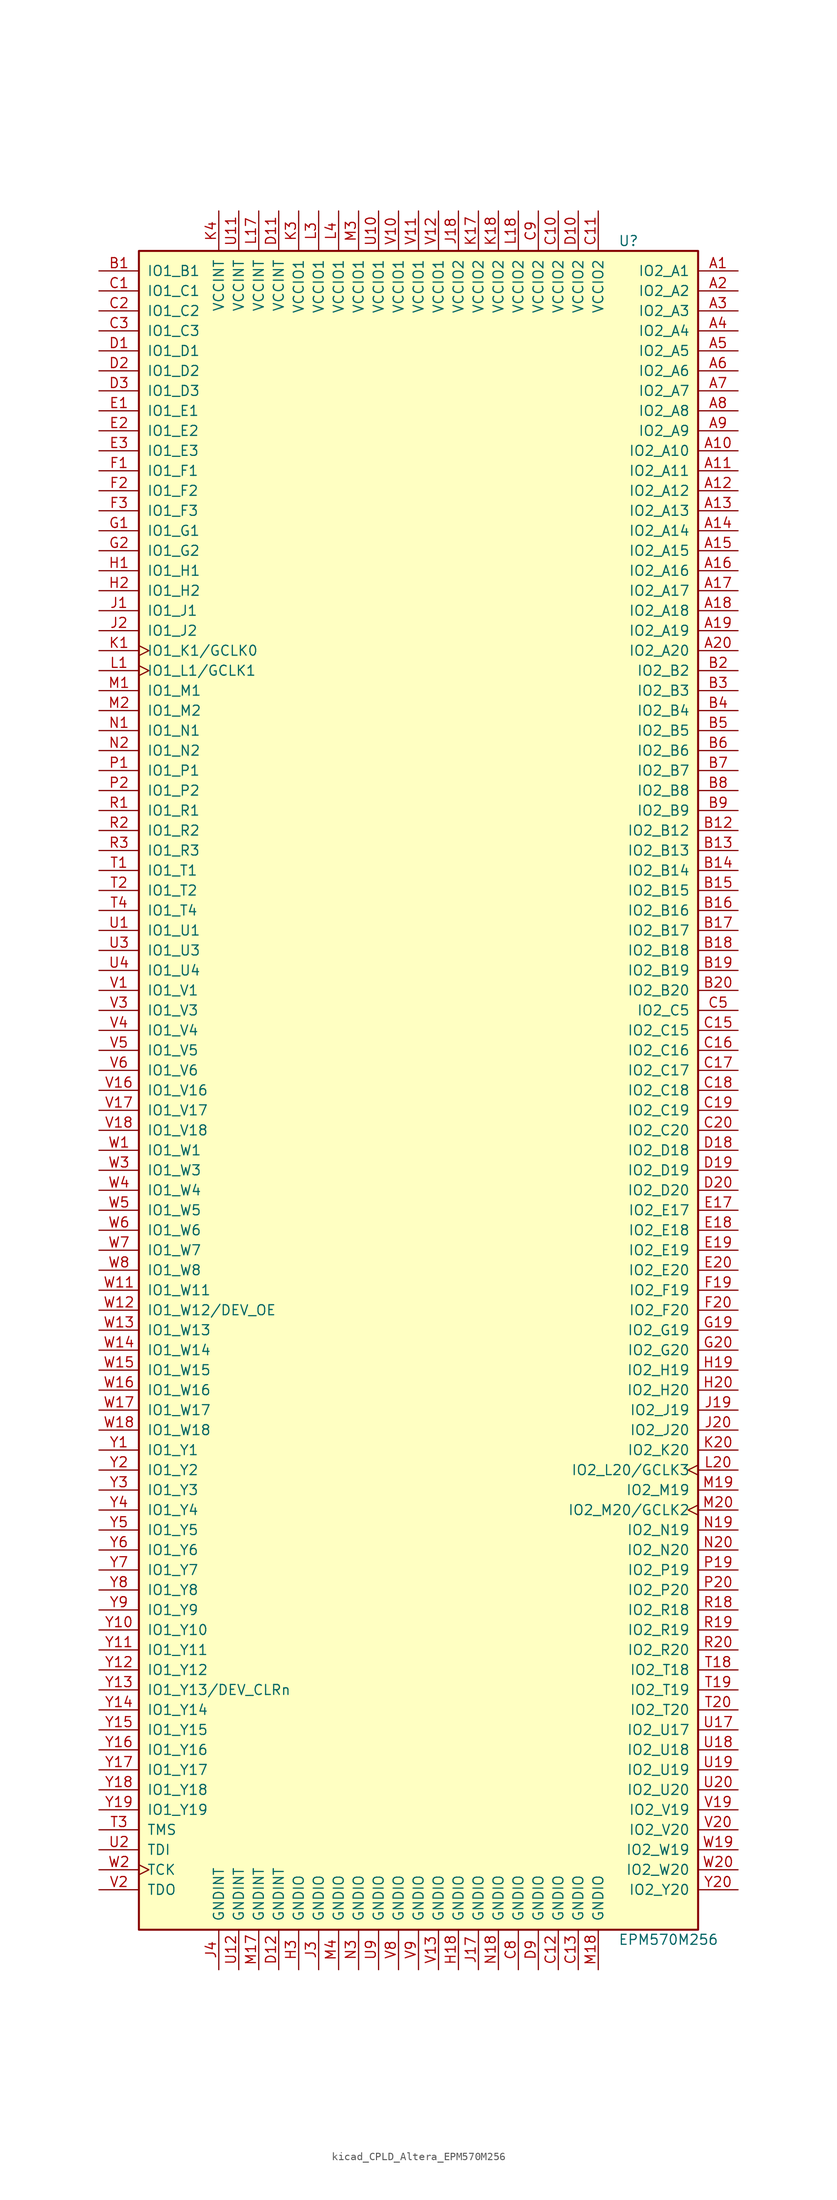
<source format=kicad_sym>
(kicad_symbol_lib
  (version 20220914)
  (generator kicad_symbol_editor)
  (symbol "kicad_CPLD_Altera_EPM570M256"
    (pin_names
      (offset 1.016))
    (property "Reference" "U"
      (at 25.4 107.95 0)
      (effects (font (size 1.27 1.27)) (justify left)))
    (property "Value" "EPM570M256"
      (at 25.4 -107.95 0)
      (effects (font (size 1.27 1.27)) (justify left)))
    (property "ki_locked" ""
      (at 0 0 0)
      (effects (font (size 1.27 1.27))))
    (symbol "kicad_CPLD_Altera_EPM570M256_1_1"
      (rectangle (start -35.56 106.68) (end 35.56 -106.68) (stroke (width 0.254) (type default)) (fill (type background)))
      (pin bidirectional line (at 40.64 104.14 180) (length 5.08) (name "IO2_A1" (effects (font (size 1.27 1.27)))) (number "A1" (effects (font (size 1.27 1.27)))))
      (pin bidirectional line (at 40.64 81.28 180) (length 5.08) (name "IO2_A10" (effects (font (size 1.27 1.27)))) (number "A10" (effects (font (size 1.27 1.27)))))
      (pin bidirectional line (at 40.64 78.74 180) (length 5.08) (name "IO2_A11" (effects (font (size 1.27 1.27)))) (number "A11" (effects (font (size 1.27 1.27)))))
      (pin bidirectional line (at 40.64 76.2 180) (length 5.08) (name "IO2_A12" (effects (font (size 1.27 1.27)))) (number "A12" (effects (font (size 1.27 1.27)))))
      (pin bidirectional line (at 40.64 73.66 180) (length 5.08) (name "IO2_A13" (effects (font (size 1.27 1.27)))) (number "A13" (effects (font (size 1.27 1.27)))))
      (pin bidirectional line (at 40.64 71.12 180) (length 5.08) (name "IO2_A14" (effects (font (size 1.27 1.27)))) (number "A14" (effects (font (size 1.27 1.27)))))
      (pin bidirectional line (at 40.64 68.58 180) (length 5.08) (name "IO2_A15" (effects (font (size 1.27 1.27)))) (number "A15" (effects (font (size 1.27 1.27)))))
      (pin bidirectional line (at 40.64 66.04 180) (length 5.08) (name "IO2_A16" (effects (font (size 1.27 1.27)))) (number "A16" (effects (font (size 1.27 1.27)))))
      (pin bidirectional line (at 40.64 63.5 180) (length 5.08) (name "IO2_A17" (effects (font (size 1.27 1.27)))) (number "A17" (effects (font (size 1.27 1.27)))))
      (pin bidirectional line (at 40.64 60.96 180) (length 5.08) (name "IO2_A18" (effects (font (size 1.27 1.27)))) (number "A18" (effects (font (size 1.27 1.27)))))
      (pin bidirectional line (at 40.64 58.42 180) (length 5.08) (name "IO2_A19" (effects (font (size 1.27 1.27)))) (number "A19" (effects (font (size 1.27 1.27)))))
      (pin bidirectional line (at 40.64 101.6 180) (length 5.08) (name "IO2_A2" (effects (font (size 1.27 1.27)))) (number "A2" (effects (font (size 1.27 1.27)))))
      (pin bidirectional line (at 40.64 55.88 180) (length 5.08) (name "IO2_A20" (effects (font (size 1.27 1.27)))) (number "A20" (effects (font (size 1.27 1.27)))))
      (pin bidirectional line (at 40.64 99.06 180) (length 5.08) (name "IO2_A3" (effects (font (size 1.27 1.27)))) (number "A3" (effects (font (size 1.27 1.27)))))
      (pin bidirectional line (at 40.64 96.52 180) (length 5.08) (name "IO2_A4" (effects (font (size 1.27 1.27)))) (number "A4" (effects (font (size 1.27 1.27)))))
      (pin bidirectional line (at 40.64 93.98 180) (length 5.08) (name "IO2_A5" (effects (font (size 1.27 1.27)))) (number "A5" (effects (font (size 1.27 1.27)))))
      (pin bidirectional line (at 40.64 91.44 180) (length 5.08) (name "IO2_A6" (effects (font (size 1.27 1.27)))) (number "A6" (effects (font (size 1.27 1.27)))))
      (pin bidirectional line (at 40.64 88.9 180) (length 5.08) (name "IO2_A7" (effects (font (size 1.27 1.27)))) (number "A7" (effects (font (size 1.27 1.27)))))
      (pin bidirectional line (at 40.64 86.36 180) (length 5.08) (name "IO2_A8" (effects (font (size 1.27 1.27)))) (number "A8" (effects (font (size 1.27 1.27)))))
      (pin bidirectional line (at 40.64 83.82 180) (length 5.08) (name "IO2_A9" (effects (font (size 1.27 1.27)))) (number "A9" (effects (font (size 1.27 1.27)))))
      (pin bidirectional line (at -40.64 104.14 0) (length 5.08) (name "IO1_B1" (effects (font (size 1.27 1.27)))) (number "B1" (effects (font (size 1.27 1.27)))))
      (pin bidirectional line (at 40.64 33.02 180) (length 5.08) (name "IO2_B12" (effects (font (size 1.27 1.27)))) (number "B12" (effects (font (size 1.27 1.27)))))
      (pin bidirectional line (at 40.64 30.48 180) (length 5.08) (name "IO2_B13" (effects (font (size 1.27 1.27)))) (number "B13" (effects (font (size 1.27 1.27)))))
      (pin bidirectional line (at 40.64 27.94 180) (length 5.08) (name "IO2_B14" (effects (font (size 1.27 1.27)))) (number "B14" (effects (font (size 1.27 1.27)))))
      (pin bidirectional line (at 40.64 25.4 180) (length 5.08) (name "IO2_B15" (effects (font (size 1.27 1.27)))) (number "B15" (effects (font (size 1.27 1.27)))))
      (pin bidirectional line (at 40.64 22.86 180) (length 5.08) (name "IO2_B16" (effects (font (size 1.27 1.27)))) (number "B16" (effects (font (size 1.27 1.27)))))
      (pin bidirectional line (at 40.64 20.32 180) (length 5.08) (name "IO2_B17" (effects (font (size 1.27 1.27)))) (number "B17" (effects (font (size 1.27 1.27)))))
      (pin bidirectional line (at 40.64 17.78 180) (length 5.08) (name "IO2_B18" (effects (font (size 1.27 1.27)))) (number "B18" (effects (font (size 1.27 1.27)))))
      (pin bidirectional line (at 40.64 15.24 180) (length 5.08) (name "IO2_B19" (effects (font (size 1.27 1.27)))) (number "B19" (effects (font (size 1.27 1.27)))))
      (pin bidirectional line (at 40.64 53.34 180) (length 5.08) (name "IO2_B2" (effects (font (size 1.27 1.27)))) (number "B2" (effects (font (size 1.27 1.27)))))
      (pin bidirectional line (at 40.64 12.7 180) (length 5.08) (name "IO2_B20" (effects (font (size 1.27 1.27)))) (number "B20" (effects (font (size 1.27 1.27)))))
      (pin bidirectional line (at 40.64 50.8 180) (length 5.08) (name "IO2_B3" (effects (font (size 1.27 1.27)))) (number "B3" (effects (font (size 1.27 1.27)))))
      (pin bidirectional line (at 40.64 48.26 180) (length 5.08) (name "IO2_B4" (effects (font (size 1.27 1.27)))) (number "B4" (effects (font (size 1.27 1.27)))))
      (pin bidirectional line (at 40.64 45.72 180) (length 5.08) (name "IO2_B5" (effects (font (size 1.27 1.27)))) (number "B5" (effects (font (size 1.27 1.27)))))
      (pin bidirectional line (at 40.64 43.18 180) (length 5.08) (name "IO2_B6" (effects (font (size 1.27 1.27)))) (number "B6" (effects (font (size 1.27 1.27)))))
      (pin bidirectional line (at 40.64 40.64 180) (length 5.08) (name "IO2_B7" (effects (font (size 1.27 1.27)))) (number "B7" (effects (font (size 1.27 1.27)))))
      (pin bidirectional line (at 40.64 38.1 180) (length 5.08) (name "IO2_B8" (effects (font (size 1.27 1.27)))) (number "B8" (effects (font (size 1.27 1.27)))))
      (pin bidirectional line (at 40.64 35.56 180) (length 5.08) (name "IO2_B9" (effects (font (size 1.27 1.27)))) (number "B9" (effects (font (size 1.27 1.27)))))
      (pin bidirectional line (at -40.64 101.6 0) (length 5.08) (name "IO1_C1" (effects (font (size 1.27 1.27)))) (number "C1" (effects (font (size 1.27 1.27)))))
      (pin power_in line (at 17.78 111.76 270) (length 5.08) (name "VCCIO2" (effects (font (size 1.27 1.27)))) (number "C10" (effects (font (size 1.27 1.27)))))
      (pin power_in line (at 22.86 111.76 270) (length 5.08) (name "VCCIO2" (effects (font (size 1.27 1.27)))) (number "C11" (effects (font (size 1.27 1.27)))))
      (pin power_in line (at 17.78 -111.76 90) (length 5.08) (name "GNDIO" (effects (font (size 1.27 1.27)))) (number "C12" (effects (font (size 1.27 1.27)))))
      (pin power_in line (at 20.32 -111.76 90) (length 5.08) (name "GNDIO" (effects (font (size 1.27 1.27)))) (number "C13" (effects (font (size 1.27 1.27)))))
      (pin bidirectional line (at 40.64 7.62 180) (length 5.08) (name "IO2_C15" (effects (font (size 1.27 1.27)))) (number "C15" (effects (font (size 1.27 1.27)))))
      (pin bidirectional line (at 40.64 5.08 180) (length 5.08) (name "IO2_C16" (effects (font (size 1.27 1.27)))) (number "C16" (effects (font (size 1.27 1.27)))))
      (pin bidirectional line (at 40.64 2.54 180) (length 5.08) (name "IO2_C17" (effects (font (size 1.27 1.27)))) (number "C17" (effects (font (size 1.27 1.27)))))
      (pin bidirectional line (at 40.64 0 180) (length 5.08) (name "IO2_C18" (effects (font (size 1.27 1.27)))) (number "C18" (effects (font (size 1.27 1.27)))))
      (pin bidirectional line (at 40.64 -2.54 180) (length 5.08) (name "IO2_C19" (effects (font (size 1.27 1.27)))) (number "C19" (effects (font (size 1.27 1.27)))))
      (pin bidirectional line (at -40.64 99.06 0) (length 5.08) (name "IO1_C2" (effects (font (size 1.27 1.27)))) (number "C2" (effects (font (size 1.27 1.27)))))
      (pin bidirectional line (at 40.64 -5.08 180) (length 5.08) (name "IO2_C20" (effects (font (size 1.27 1.27)))) (number "C20" (effects (font (size 1.27 1.27)))))
      (pin bidirectional line (at -40.64 96.52 0) (length 5.08) (name "IO1_C3" (effects (font (size 1.27 1.27)))) (number "C3" (effects (font (size 1.27 1.27)))))
      (pin bidirectional line (at 40.64 10.16 180) (length 5.08) (name "IO2_C5" (effects (font (size 1.27 1.27)))) (number "C5" (effects (font (size 1.27 1.27)))))
      (pin power_in line (at 12.7 -111.76 90) (length 5.08) (name "GNDIO" (effects (font (size 1.27 1.27)))) (number "C8" (effects (font (size 1.27 1.27)))))
      (pin power_in line (at 15.24 111.76 270) (length 5.08) (name "VCCIO2" (effects (font (size 1.27 1.27)))) (number "C9" (effects (font (size 1.27 1.27)))))
      (pin bidirectional line (at -40.64 93.98 0) (length 5.08) (name "IO1_D1" (effects (font (size 1.27 1.27)))) (number "D1" (effects (font (size 1.27 1.27)))))
      (pin power_in line (at 20.32 111.76 270) (length 5.08) (name "VCCIO2" (effects (font (size 1.27 1.27)))) (number "D10" (effects (font (size 1.27 1.27)))))
      (pin power_in line (at -17.78 111.76 270) (length 5.08) (name "VCCINT" (effects (font (size 1.27 1.27)))) (number "D11" (effects (font (size 1.27 1.27)))))
      (pin power_in line (at -17.78 -111.76 90) (length 5.08) (name "GNDINT" (effects (font (size 1.27 1.27)))) (number "D12" (effects (font (size 1.27 1.27)))))
      (pin bidirectional line (at 40.64 -7.62 180) (length 5.08) (name "IO2_D18" (effects (font (size 1.27 1.27)))) (number "D18" (effects (font (size 1.27 1.27)))))
      (pin bidirectional line (at 40.64 -10.16 180) (length 5.08) (name "IO2_D19" (effects (font (size 1.27 1.27)))) (number "D19" (effects (font (size 1.27 1.27)))))
      (pin bidirectional line (at -40.64 91.44 0) (length 5.08) (name "IO1_D2" (effects (font (size 1.27 1.27)))) (number "D2" (effects (font (size 1.27 1.27)))))
      (pin bidirectional line (at 40.64 -12.7 180) (length 5.08) (name "IO2_D20" (effects (font (size 1.27 1.27)))) (number "D20" (effects (font (size 1.27 1.27)))))
      (pin bidirectional line (at -40.64 88.9 0) (length 5.08) (name "IO1_D3" (effects (font (size 1.27 1.27)))) (number "D3" (effects (font (size 1.27 1.27)))))
      (pin power_in line (at 15.24 -111.76 90) (length 5.08) (name "GNDIO" (effects (font (size 1.27 1.27)))) (number "D9" (effects (font (size 1.27 1.27)))))
      (pin bidirectional line (at -40.64 86.36 0) (length 5.08) (name "IO1_E1" (effects (font (size 1.27 1.27)))) (number "E1" (effects (font (size 1.27 1.27)))))
      (pin bidirectional line (at 40.64 -15.24 180) (length 5.08) (name "IO2_E17" (effects (font (size 1.27 1.27)))) (number "E17" (effects (font (size 1.27 1.27)))))
      (pin bidirectional line (at 40.64 -17.78 180) (length 5.08) (name "IO2_E18" (effects (font (size 1.27 1.27)))) (number "E18" (effects (font (size 1.27 1.27)))))
      (pin bidirectional line (at 40.64 -20.32 180) (length 5.08) (name "IO2_E19" (effects (font (size 1.27 1.27)))) (number "E19" (effects (font (size 1.27 1.27)))))
      (pin bidirectional line (at -40.64 83.82 0) (length 5.08) (name "IO1_E2" (effects (font (size 1.27 1.27)))) (number "E2" (effects (font (size 1.27 1.27)))))
      (pin bidirectional line (at 40.64 -22.86 180) (length 5.08) (name "IO2_E20" (effects (font (size 1.27 1.27)))) (number "E20" (effects (font (size 1.27 1.27)))))
      (pin bidirectional line (at -40.64 81.28 0) (length 5.08) (name "IO1_E3" (effects (font (size 1.27 1.27)))) (number "E3" (effects (font (size 1.27 1.27)))))
      (pin bidirectional line (at -40.64 78.74 0) (length 5.08) (name "IO1_F1" (effects (font (size 1.27 1.27)))) (number "F1" (effects (font (size 1.27 1.27)))))
      (pin bidirectional line (at 40.64 -25.4 180) (length 5.08) (name "IO2_F19" (effects (font (size 1.27 1.27)))) (number "F19" (effects (font (size 1.27 1.27)))))
      (pin bidirectional line (at -40.64 76.2 0) (length 5.08) (name "IO1_F2" (effects (font (size 1.27 1.27)))) (number "F2" (effects (font (size 1.27 1.27)))))
      (pin bidirectional line (at 40.64 -27.94 180) (length 5.08) (name "IO2_F20" (effects (font (size 1.27 1.27)))) (number "F20" (effects (font (size 1.27 1.27)))))
      (pin bidirectional line (at -40.64 73.66 0) (length 5.08) (name "IO1_F3" (effects (font (size 1.27 1.27)))) (number "F3" (effects (font (size 1.27 1.27)))))
      (pin bidirectional line (at -40.64 71.12 0) (length 5.08) (name "IO1_G1" (effects (font (size 1.27 1.27)))) (number "G1" (effects (font (size 1.27 1.27)))))
      (pin bidirectional line (at 40.64 -30.48 180) (length 5.08) (name "IO2_G19" (effects (font (size 1.27 1.27)))) (number "G19" (effects (font (size 1.27 1.27)))))
      (pin bidirectional line (at -40.64 68.58 0) (length 5.08) (name "IO1_G2" (effects (font (size 1.27 1.27)))) (number "G2" (effects (font (size 1.27 1.27)))))
      (pin bidirectional line (at 40.64 -33.02 180) (length 5.08) (name "IO2_G20" (effects (font (size 1.27 1.27)))) (number "G20" (effects (font (size 1.27 1.27)))))
      (pin bidirectional line (at -40.64 66.04 0) (length 5.08) (name "IO1_H1" (effects (font (size 1.27 1.27)))) (number "H1" (effects (font (size 1.27 1.27)))))
      (pin power_in line (at 5.08 -111.76 90) (length 5.08) (name "GNDIO" (effects (font (size 1.27 1.27)))) (number "H18" (effects (font (size 1.27 1.27)))))
      (pin bidirectional line (at 40.64 -35.56 180) (length 5.08) (name "IO2_H19" (effects (font (size 1.27 1.27)))) (number "H19" (effects (font (size 1.27 1.27)))))
      (pin bidirectional line (at -40.64 63.5 0) (length 5.08) (name "IO1_H2" (effects (font (size 1.27 1.27)))) (number "H2" (effects (font (size 1.27 1.27)))))
      (pin bidirectional line (at 40.64 -38.1 180) (length 5.08) (name "IO2_H20" (effects (font (size 1.27 1.27)))) (number "H20" (effects (font (size 1.27 1.27)))))
      (pin power_in line (at -15.24 -111.76 90) (length 5.08) (name "GNDIO" (effects (font (size 1.27 1.27)))) (number "H3" (effects (font (size 1.27 1.27)))))
      (pin bidirectional line (at -40.64 60.96 0) (length 5.08) (name "IO1_J1" (effects (font (size 1.27 1.27)))) (number "J1" (effects (font (size 1.27 1.27)))))
      (pin power_in line (at 7.62 -111.76 90) (length 5.08) (name "GNDIO" (effects (font (size 1.27 1.27)))) (number "J17" (effects (font (size 1.27 1.27)))))
      (pin power_in line (at 5.08 111.76 270) (length 5.08) (name "VCCIO2" (effects (font (size 1.27 1.27)))) (number "J18" (effects (font (size 1.27 1.27)))))
      (pin bidirectional line (at 40.64 -40.64 180) (length 5.08) (name "IO2_J19" (effects (font (size 1.27 1.27)))) (number "J19" (effects (font (size 1.27 1.27)))))
      (pin bidirectional line (at -40.64 58.42 0) (length 5.08) (name "IO1_J2" (effects (font (size 1.27 1.27)))) (number "J2" (effects (font (size 1.27 1.27)))))
      (pin bidirectional line (at 40.64 -43.18 180) (length 5.08) (name "IO2_J20" (effects (font (size 1.27 1.27)))) (number "J20" (effects (font (size 1.27 1.27)))))
      (pin power_in line (at -12.7 -111.76 90) (length 5.08) (name "GNDIO" (effects (font (size 1.27 1.27)))) (number "J3" (effects (font (size 1.27 1.27)))))
      (pin power_in line (at -25.4 -111.76 90) (length 5.08) (name "GNDINT" (effects (font (size 1.27 1.27)))) (number "J4" (effects (font (size 1.27 1.27)))))
      (pin bidirectional clock (at -40.64 55.88 0) (length 5.08) (name "IO1_K1/GCLK0" (effects (font (size 1.27 1.27)))) (number "K1" (effects (font (size 1.27 1.27)))))
      (pin power_in line (at 7.62 111.76 270) (length 5.08) (name "VCCIO2" (effects (font (size 1.27 1.27)))) (number "K17" (effects (font (size 1.27 1.27)))))
      (pin power_in line (at 10.16 111.76 270) (length 5.08) (name "VCCIO2" (effects (font (size 1.27 1.27)))) (number "K18" (effects (font (size 1.27 1.27)))))
      (pin bidirectional line (at 40.64 -45.72 180) (length 5.08) (name "IO2_K20" (effects (font (size 1.27 1.27)))) (number "K20" (effects (font (size 1.27 1.27)))))
      (pin power_in line (at -15.24 111.76 270) (length 5.08) (name "VCCIO1" (effects (font (size 1.27 1.27)))) (number "K3" (effects (font (size 1.27 1.27)))))
      (pin power_in line (at -25.4 111.76 270) (length 5.08) (name "VCCINT" (effects (font (size 1.27 1.27)))) (number "K4" (effects (font (size 1.27 1.27)))))
      (pin bidirectional clock (at -40.64 53.34 0) (length 5.08) (name "IO1_L1/GCLK1" (effects (font (size 1.27 1.27)))) (number "L1" (effects (font (size 1.27 1.27)))))
      (pin power_in line (at -20.32 111.76 270) (length 5.08) (name "VCCINT" (effects (font (size 1.27 1.27)))) (number "L17" (effects (font (size 1.27 1.27)))))
      (pin power_in line (at 12.7 111.76 270) (length 5.08) (name "VCCIO2" (effects (font (size 1.27 1.27)))) (number "L18" (effects (font (size 1.27 1.27)))))
      (pin bidirectional clock (at 40.64 -48.26 180) (length 5.08) (name "IO2_L20/GCLK3" (effects (font (size 1.27 1.27)))) (number "L20" (effects (font (size 1.27 1.27)))))
      (pin power_in line (at -12.7 111.76 270) (length 5.08) (name "VCCIO1" (effects (font (size 1.27 1.27)))) (number "L3" (effects (font (size 1.27 1.27)))))
      (pin power_in line (at -10.16 111.76 270) (length 5.08) (name "VCCIO1" (effects (font (size 1.27 1.27)))) (number "L4" (effects (font (size 1.27 1.27)))))
      (pin bidirectional line (at -40.64 50.8 0) (length 5.08) (name "IO1_M1" (effects (font (size 1.27 1.27)))) (number "M1" (effects (font (size 1.27 1.27)))))
      (pin power_in line (at -20.32 -111.76 90) (length 5.08) (name "GNDINT" (effects (font (size 1.27 1.27)))) (number "M17" (effects (font (size 1.27 1.27)))))
      (pin power_in line (at 22.86 -111.76 90) (length 5.08) (name "GNDIO" (effects (font (size 1.27 1.27)))) (number "M18" (effects (font (size 1.27 1.27)))))
      (pin bidirectional line (at 40.64 -50.8 180) (length 5.08) (name "IO2_M19" (effects (font (size 1.27 1.27)))) (number "M19" (effects (font (size 1.27 1.27)))))
      (pin bidirectional line (at -40.64 48.26 0) (length 5.08) (name "IO1_M2" (effects (font (size 1.27 1.27)))) (number "M2" (effects (font (size 1.27 1.27)))))
      (pin bidirectional clock (at 40.64 -53.34 180) (length 5.08) (name "IO2_M20/GCLK2" (effects (font (size 1.27 1.27)))) (number "M20" (effects (font (size 1.27 1.27)))))
      (pin power_in line (at -7.62 111.76 270) (length 5.08) (name "VCCIO1" (effects (font (size 1.27 1.27)))) (number "M3" (effects (font (size 1.27 1.27)))))
      (pin power_in line (at -10.16 -111.76 90) (length 5.08) (name "GNDIO" (effects (font (size 1.27 1.27)))) (number "M4" (effects (font (size 1.27 1.27)))))
      (pin bidirectional line (at -40.64 45.72 0) (length 5.08) (name "IO1_N1" (effects (font (size 1.27 1.27)))) (number "N1" (effects (font (size 1.27 1.27)))))
      (pin power_in line (at 10.16 -111.76 90) (length 5.08) (name "GNDIO" (effects (font (size 1.27 1.27)))) (number "N18" (effects (font (size 1.27 1.27)))))
      (pin bidirectional line (at 40.64 -55.88 180) (length 5.08) (name "IO2_N19" (effects (font (size 1.27 1.27)))) (number "N19" (effects (font (size 1.27 1.27)))))
      (pin bidirectional line (at -40.64 43.18 0) (length 5.08) (name "IO1_N2" (effects (font (size 1.27 1.27)))) (number "N2" (effects (font (size 1.27 1.27)))))
      (pin bidirectional line (at 40.64 -58.42 180) (length 5.08) (name "IO2_N20" (effects (font (size 1.27 1.27)))) (number "N20" (effects (font (size 1.27 1.27)))))
      (pin power_in line (at -7.62 -111.76 90) (length 5.08) (name "GNDIO" (effects (font (size 1.27 1.27)))) (number "N3" (effects (font (size 1.27 1.27)))))
      (pin bidirectional line (at -40.64 40.64 0) (length 5.08) (name "IO1_P1" (effects (font (size 1.27 1.27)))) (number "P1" (effects (font (size 1.27 1.27)))))
      (pin bidirectional line (at 40.64 -60.96 180) (length 5.08) (name "IO2_P19" (effects (font (size 1.27 1.27)))) (number "P19" (effects (font (size 1.27 1.27)))))
      (pin bidirectional line (at -40.64 38.1 0) (length 5.08) (name "IO1_P2" (effects (font (size 1.27 1.27)))) (number "P2" (effects (font (size 1.27 1.27)))))
      (pin bidirectional line (at 40.64 -63.5 180) (length 5.08) (name "IO2_P20" (effects (font (size 1.27 1.27)))) (number "P20" (effects (font (size 1.27 1.27)))))
      (pin bidirectional line (at -40.64 35.56 0) (length 5.08) (name "IO1_R1" (effects (font (size 1.27 1.27)))) (number "R1" (effects (font (size 1.27 1.27)))))
      (pin bidirectional line (at 40.64 -66.04 180) (length 5.08) (name "IO2_R18" (effects (font (size 1.27 1.27)))) (number "R18" (effects (font (size 1.27 1.27)))))
      (pin bidirectional line (at 40.64 -68.58 180) (length 5.08) (name "IO2_R19" (effects (font (size 1.27 1.27)))) (number "R19" (effects (font (size 1.27 1.27)))))
      (pin bidirectional line (at -40.64 33.02 0) (length 5.08) (name "IO1_R2" (effects (font (size 1.27 1.27)))) (number "R2" (effects (font (size 1.27 1.27)))))
      (pin bidirectional line (at 40.64 -71.12 180) (length 5.08) (name "IO2_R20" (effects (font (size 1.27 1.27)))) (number "R20" (effects (font (size 1.27 1.27)))))
      (pin bidirectional line (at -40.64 30.48 0) (length 5.08) (name "IO1_R3" (effects (font (size 1.27 1.27)))) (number "R3" (effects (font (size 1.27 1.27)))))
      (pin bidirectional line (at -40.64 27.94 0) (length 5.08) (name "IO1_T1" (effects (font (size 1.27 1.27)))) (number "T1" (effects (font (size 1.27 1.27)))))
      (pin bidirectional line (at 40.64 -73.66 180) (length 5.08) (name "IO2_T18" (effects (font (size 1.27 1.27)))) (number "T18" (effects (font (size 1.27 1.27)))))
      (pin bidirectional line (at 40.64 -76.2 180) (length 5.08) (name "IO2_T19" (effects (font (size 1.27 1.27)))) (number "T19" (effects (font (size 1.27 1.27)))))
      (pin bidirectional line (at -40.64 25.4 0) (length 5.08) (name "IO1_T2" (effects (font (size 1.27 1.27)))) (number "T2" (effects (font (size 1.27 1.27)))))
      (pin bidirectional line (at 40.64 -78.74 180) (length 5.08) (name "IO2_T20" (effects (font (size 1.27 1.27)))) (number "T20" (effects (font (size 1.27 1.27)))))
      (pin input line (at -40.64 -93.98 0) (length 5.08) (name "TMS" (effects (font (size 1.27 1.27)))) (number "T3" (effects (font (size 1.27 1.27)))))
      (pin bidirectional line (at -40.64 22.86 0) (length 5.08) (name "IO1_T4" (effects (font (size 1.27 1.27)))) (number "T4" (effects (font (size 1.27 1.27)))))
      (pin bidirectional line (at -40.64 20.32 0) (length 5.08) (name "IO1_U1" (effects (font (size 1.27 1.27)))) (number "U1" (effects (font (size 1.27 1.27)))))
      (pin power_in line (at -5.08 111.76 270) (length 5.08) (name "VCCIO1" (effects (font (size 1.27 1.27)))) (number "U10" (effects (font (size 1.27 1.27)))))
      (pin power_in line (at -22.86 111.76 270) (length 5.08) (name "VCCINT" (effects (font (size 1.27 1.27)))) (number "U11" (effects (font (size 1.27 1.27)))))
      (pin power_in line (at -22.86 -111.76 90) (length 5.08) (name "GNDINT" (effects (font (size 1.27 1.27)))) (number "U12" (effects (font (size 1.27 1.27)))))
      (pin bidirectional line (at 40.64 -81.28 180) (length 5.08) (name "IO2_U17" (effects (font (size 1.27 1.27)))) (number "U17" (effects (font (size 1.27 1.27)))))
      (pin bidirectional line (at 40.64 -83.82 180) (length 5.08) (name "IO2_U18" (effects (font (size 1.27 1.27)))) (number "U18" (effects (font (size 1.27 1.27)))))
      (pin bidirectional line (at 40.64 -86.36 180) (length 5.08) (name "IO2_U19" (effects (font (size 1.27 1.27)))) (number "U19" (effects (font (size 1.27 1.27)))))
      (pin input line (at -40.64 -96.52 0) (length 5.08) (name "TDI" (effects (font (size 1.27 1.27)))) (number "U2" (effects (font (size 1.27 1.27)))))
      (pin bidirectional line (at 40.64 -88.9 180) (length 5.08) (name "IO2_U20" (effects (font (size 1.27 1.27)))) (number "U20" (effects (font (size 1.27 1.27)))))
      (pin bidirectional line (at -40.64 17.78 0) (length 5.08) (name "IO1_U3" (effects (font (size 1.27 1.27)))) (number "U3" (effects (font (size 1.27 1.27)))))
      (pin bidirectional line (at -40.64 15.24 0) (length 5.08) (name "IO1_U4" (effects (font (size 1.27 1.27)))) (number "U4" (effects (font (size 1.27 1.27)))))
      (pin power_in line (at -5.08 -111.76 90) (length 5.08) (name "GNDIO" (effects (font (size 1.27 1.27)))) (number "U9" (effects (font (size 1.27 1.27)))))
      (pin bidirectional line (at -40.64 12.7 0) (length 5.08) (name "IO1_V1" (effects (font (size 1.27 1.27)))) (number "V1" (effects (font (size 1.27 1.27)))))
      (pin power_in line (at -2.54 111.76 270) (length 5.08) (name "VCCIO1" (effects (font (size 1.27 1.27)))) (number "V10" (effects (font (size 1.27 1.27)))))
      (pin power_in line (at 0 111.76 270) (length 5.08) (name "VCCIO1" (effects (font (size 1.27 1.27)))) (number "V11" (effects (font (size 1.27 1.27)))))
      (pin power_in line (at 2.54 111.76 270) (length 5.08) (name "VCCIO1" (effects (font (size 1.27 1.27)))) (number "V12" (effects (font (size 1.27 1.27)))))
      (pin power_in line (at 2.54 -111.76 90) (length 5.08) (name "GNDIO" (effects (font (size 1.27 1.27)))) (number "V13" (effects (font (size 1.27 1.27)))))
      (pin bidirectional line (at -40.64 0 0) (length 5.08) (name "IO1_V16" (effects (font (size 1.27 1.27)))) (number "V16" (effects (font (size 1.27 1.27)))))
      (pin bidirectional line (at -40.64 -2.54 0) (length 5.08) (name "IO1_V17" (effects (font (size 1.27 1.27)))) (number "V17" (effects (font (size 1.27 1.27)))))
      (pin bidirectional line (at -40.64 -5.08 0) (length 5.08) (name "IO1_V18" (effects (font (size 1.27 1.27)))) (number "V18" (effects (font (size 1.27 1.27)))))
      (pin bidirectional line (at 40.64 -91.44 180) (length 5.08) (name "IO2_V19" (effects (font (size 1.27 1.27)))) (number "V19" (effects (font (size 1.27 1.27)))))
      (pin output line (at -40.64 -101.6 0) (length 5.08) (name "TDO" (effects (font (size 1.27 1.27)))) (number "V2" (effects (font (size 1.27 1.27)))))
      (pin bidirectional line (at 40.64 -93.98 180) (length 5.08) (name "IO2_V20" (effects (font (size 1.27 1.27)))) (number "V20" (effects (font (size 1.27 1.27)))))
      (pin bidirectional line (at -40.64 10.16 0) (length 5.08) (name "IO1_V3" (effects (font (size 1.27 1.27)))) (number "V3" (effects (font (size 1.27 1.27)))))
      (pin bidirectional line (at -40.64 7.62 0) (length 5.08) (name "IO1_V4" (effects (font (size 1.27 1.27)))) (number "V4" (effects (font (size 1.27 1.27)))))
      (pin bidirectional line (at -40.64 5.08 0) (length 5.08) (name "IO1_V5" (effects (font (size 1.27 1.27)))) (number "V5" (effects (font (size 1.27 1.27)))))
      (pin bidirectional line (at -40.64 2.54 0) (length 5.08) (name "IO1_V6" (effects (font (size 1.27 1.27)))) (number "V6" (effects (font (size 1.27 1.27)))))
      (pin power_in line (at -2.54 -111.76 90) (length 5.08) (name "GNDIO" (effects (font (size 1.27 1.27)))) (number "V8" (effects (font (size 1.27 1.27)))))
      (pin power_in line (at 0 -111.76 90) (length 5.08) (name "GNDIO" (effects (font (size 1.27 1.27)))) (number "V9" (effects (font (size 1.27 1.27)))))
      (pin bidirectional line (at -40.64 -7.62 0) (length 5.08) (name "IO1_W1" (effects (font (size 1.27 1.27)))) (number "W1" (effects (font (size 1.27 1.27)))))
      (pin bidirectional line (at -40.64 -25.4 0) (length 5.08) (name "IO1_W11" (effects (font (size 1.27 1.27)))) (number "W11" (effects (font (size 1.27 1.27)))))
      (pin bidirectional line (at -40.64 -27.94 0) (length 5.08) (name "IO1_W12/DEV_OE" (effects (font (size 1.27 1.27)))) (number "W12" (effects (font (size 1.27 1.27)))))
      (pin bidirectional line (at -40.64 -30.48 0) (length 5.08) (name "IO1_W13" (effects (font (size 1.27 1.27)))) (number "W13" (effects (font (size 1.27 1.27)))))
      (pin bidirectional line (at -40.64 -33.02 0) (length 5.08) (name "IO1_W14" (effects (font (size 1.27 1.27)))) (number "W14" (effects (font (size 1.27 1.27)))))
      (pin bidirectional line (at -40.64 -35.56 0) (length 5.08) (name "IO1_W15" (effects (font (size 1.27 1.27)))) (number "W15" (effects (font (size 1.27 1.27)))))
      (pin bidirectional line (at -40.64 -38.1 0) (length 5.08) (name "IO1_W16" (effects (font (size 1.27 1.27)))) (number "W16" (effects (font (size 1.27 1.27)))))
      (pin bidirectional line (at -40.64 -40.64 0) (length 5.08) (name "IO1_W17" (effects (font (size 1.27 1.27)))) (number "W17" (effects (font (size 1.27 1.27)))))
      (pin bidirectional line (at -40.64 -43.18 0) (length 5.08) (name "IO1_W18" (effects (font (size 1.27 1.27)))) (number "W18" (effects (font (size 1.27 1.27)))))
      (pin bidirectional line (at 40.64 -96.52 180) (length 5.08) (name "IO2_W19" (effects (font (size 1.27 1.27)))) (number "W19" (effects (font (size 1.27 1.27)))))
      (pin input clock (at -40.64 -99.06 0) (length 5.08) (name "TCK" (effects (font (size 1.27 1.27)))) (number "W2" (effects (font (size 1.27 1.27)))))
      (pin bidirectional line (at 40.64 -99.06 180) (length 5.08) (name "IO2_W20" (effects (font (size 1.27 1.27)))) (number "W20" (effects (font (size 1.27 1.27)))))
      (pin bidirectional line (at -40.64 -10.16 0) (length 5.08) (name "IO1_W3" (effects (font (size 1.27 1.27)))) (number "W3" (effects (font (size 1.27 1.27)))))
      (pin bidirectional line (at -40.64 -12.7 0) (length 5.08) (name "IO1_W4" (effects (font (size 1.27 1.27)))) (number "W4" (effects (font (size 1.27 1.27)))))
      (pin bidirectional line (at -40.64 -15.24 0) (length 5.08) (name "IO1_W5" (effects (font (size 1.27 1.27)))) (number "W5" (effects (font (size 1.27 1.27)))))
      (pin bidirectional line (at -40.64 -17.78 0) (length 5.08) (name "IO1_W6" (effects (font (size 1.27 1.27)))) (number "W6" (effects (font (size 1.27 1.27)))))
      (pin bidirectional line (at -40.64 -20.32 0) (length 5.08) (name "IO1_W7" (effects (font (size 1.27 1.27)))) (number "W7" (effects (font (size 1.27 1.27)))))
      (pin bidirectional line (at -40.64 -22.86 0) (length 5.08) (name "IO1_W8" (effects (font (size 1.27 1.27)))) (number "W8" (effects (font (size 1.27 1.27)))))
      (pin bidirectional line (at -40.64 -45.72 0) (length 5.08) (name "IO1_Y1" (effects (font (size 1.27 1.27)))) (number "Y1" (effects (font (size 1.27 1.27)))))
      (pin bidirectional line (at -40.64 -68.58 0) (length 5.08) (name "IO1_Y10" (effects (font (size 1.27 1.27)))) (number "Y10" (effects (font (size 1.27 1.27)))))
      (pin bidirectional line (at -40.64 -71.12 0) (length 5.08) (name "IO1_Y11" (effects (font (size 1.27 1.27)))) (number "Y11" (effects (font (size 1.27 1.27)))))
      (pin bidirectional line (at -40.64 -73.66 0) (length 5.08) (name "IO1_Y12" (effects (font (size 1.27 1.27)))) (number "Y12" (effects (font (size 1.27 1.27)))))
      (pin bidirectional line (at -40.64 -76.2 0) (length 5.08) (name "IO1_Y13/DEV_CLRn" (effects (font (size 1.27 1.27)))) (number "Y13" (effects (font (size 1.27 1.27)))))
      (pin bidirectional line (at -40.64 -78.74 0) (length 5.08) (name "IO1_Y14" (effects (font (size 1.27 1.27)))) (number "Y14" (effects (font (size 1.27 1.27)))))
      (pin bidirectional line (at -40.64 -81.28 0) (length 5.08) (name "IO1_Y15" (effects (font (size 1.27 1.27)))) (number "Y15" (effects (font (size 1.27 1.27)))))
      (pin bidirectional line (at -40.64 -83.82 0) (length 5.08) (name "IO1_Y16" (effects (font (size 1.27 1.27)))) (number "Y16" (effects (font (size 1.27 1.27)))))
      (pin bidirectional line (at -40.64 -86.36 0) (length 5.08) (name "IO1_Y17" (effects (font (size 1.27 1.27)))) (number "Y17" (effects (font (size 1.27 1.27)))))
      (pin bidirectional line (at -40.64 -88.9 0) (length 5.08) (name "IO1_Y18" (effects (font (size 1.27 1.27)))) (number "Y18" (effects (font (size 1.27 1.27)))))
      (pin bidirectional line (at -40.64 -91.44 0) (length 5.08) (name "IO1_Y19" (effects (font (size 1.27 1.27)))) (number "Y19" (effects (font (size 1.27 1.27)))))
      (pin bidirectional line (at -40.64 -48.26 0) (length 5.08) (name "IO1_Y2" (effects (font (size 1.27 1.27)))) (number "Y2" (effects (font (size 1.27 1.27)))))
      (pin bidirectional line (at 40.64 -101.6 180) (length 5.08) (name "IO2_Y20" (effects (font (size 1.27 1.27)))) (number "Y20" (effects (font (size 1.27 1.27)))))
      (pin bidirectional line (at -40.64 -50.8 0) (length 5.08) (name "IO1_Y3" (effects (font (size 1.27 1.27)))) (number "Y3" (effects (font (size 1.27 1.27)))))
      (pin bidirectional line (at -40.64 -53.34 0) (length 5.08) (name "IO1_Y4" (effects (font (size 1.27 1.27)))) (number "Y4" (effects (font (size 1.27 1.27)))))
      (pin bidirectional line (at -40.64 -55.88 0) (length 5.08) (name "IO1_Y5" (effects (font (size 1.27 1.27)))) (number "Y5" (effects (font (size 1.27 1.27)))))
      (pin bidirectional line (at -40.64 -58.42 0) (length 5.08) (name "IO1_Y6" (effects (font (size 1.27 1.27)))) (number "Y6" (effects (font (size 1.27 1.27)))))
      (pin bidirectional line (at -40.64 -60.96 0) (length 5.08) (name "IO1_Y7" (effects (font (size 1.27 1.27)))) (number "Y7" (effects (font (size 1.27 1.27)))))
      (pin bidirectional line (at -40.64 -63.5 0) (length 5.08) (name "IO1_Y8" (effects (font (size 1.27 1.27)))) (number "Y8" (effects (font (size 1.27 1.27)))))
      (pin bidirectional line (at -40.64 -66.04 0) (length 5.08) (name "IO1_Y9" (effects (font (size 1.27 1.27)))) (number "Y9" (effects (font (size 1.27 1.27))))))))
</source>
